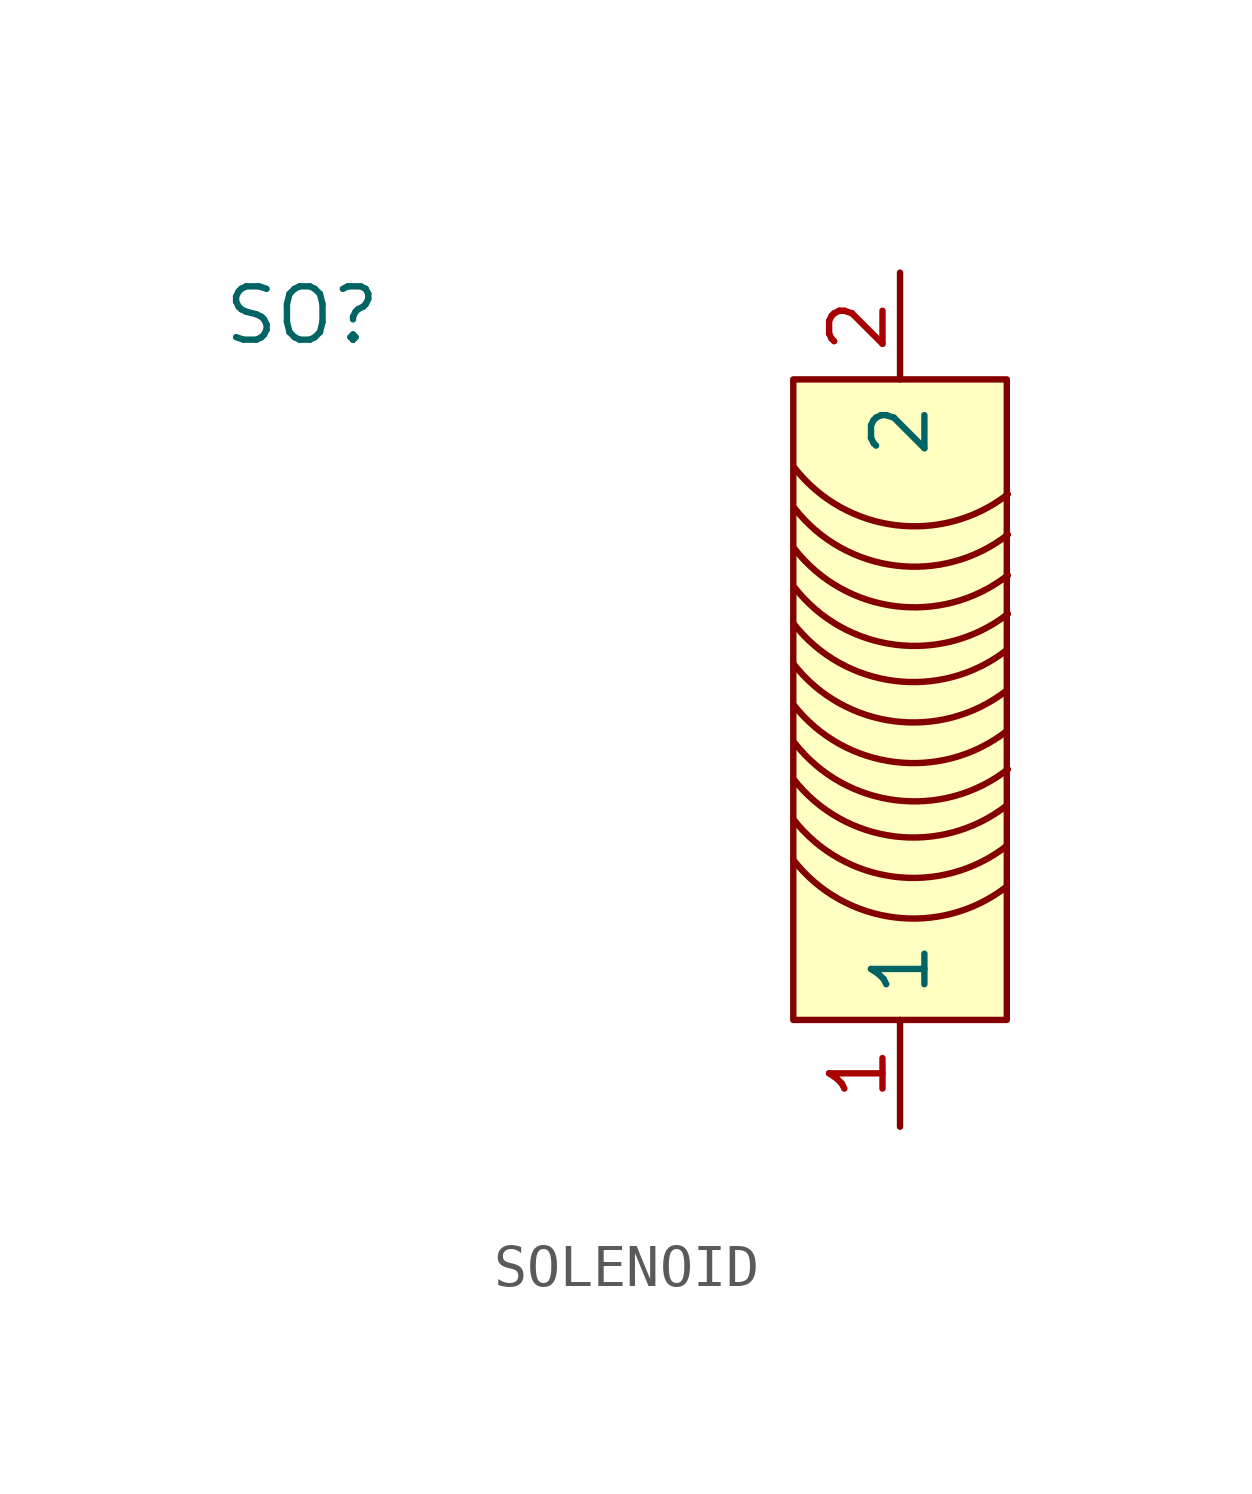
<source format=kicad_sym>
(kicad_symbol_lib
  (version 20231120)
  (generator "kicad_symbol_editor")
  (generator_version "8.0")
  (symbol "SOLENOID"
    (property "Reference" "SO"
      (at -14.224 9.144 0)
      (effects (font (size 1.27 1.27))))
    (property "Value" ""
      (at 0 0 0)
      (effects (font (size 1.27 1.27))))
    (symbol "SOLENOID_1_1"
      (arc (start -2.54 -3.81) (mid -0.1315 -5.1796) (end 2.54 -4.445) (stroke (width 0) (type default)) (fill (type none)))
      (rectangle (start -2.54 7.62) (end 2.54 -7.62) (stroke (width 0) (type default)) (fill (type background)))
      (arc (start -2.5397 -2.8431) (mid -0.1312 -4.2127) (end 2.5403 -3.4781) (stroke (width 0) (type default)) (fill (type none)))
      (arc (start -2.5397 -1.8821) (mid -0.1312 -3.2517) (end 2.5403 -2.5171) (stroke (width 0) (type default)) (fill (type none)))
      (arc (start -2.5397 -0.1118) (mid -0.1312 -1.4814) (end 2.5403 -0.7468) (stroke (width 0) (type default)) (fill (type none)))
      (arc (start -2.5394 0.8551) (mid -0.1309 -0.5145) (end 2.5406 0.2201) (stroke (width 0) (type default)) (fill (type none)))
      (arc (start -2.5394 1.8161) (mid -0.1309 0.4465) (end 2.5406 1.1811) (stroke (width 0) (type default)) (fill (type none)))
      (arc (start -2.5151 3.5941) (mid -0.1066 2.2245) (end 2.5649 2.9591) (stroke (width 0) (type default)) (fill (type none)))
      (arc (start -2.5148 4.561) (mid -0.1063 3.1914) (end 2.5652 3.926) (stroke (width 0) (type default)) (fill (type none)))
      (arc (start -2.5148 5.522) (mid -0.1063 4.1524) (end 2.5652 4.887) (stroke (width 0) (type default)) (fill (type none)))
      (arc (start -2.5144 -1.0222) (mid -0.1059 -2.3918) (end 2.5656 -1.6572) (stroke (width 0) (type default)) (fill (type none)))
      (arc (start -2.5141 2.676) (mid -0.1056 1.3064) (end 2.5659 2.041) (stroke (width 0) (type default)) (fill (type none)))
      (pin bidirectional line (at 0 -10.16 90) (length 2.54) (name "1" (effects (font (size 1.27 1.27)))) (number "1" (effects (font (size 1.27 1.27)))))
      (pin bidirectional line (at 0 10.16 270) (length 2.54) (name "2" (effects (font (size 1.27 1.27)))) (number "2" (effects (font (size 1.27 1.27))))))))
</source>
